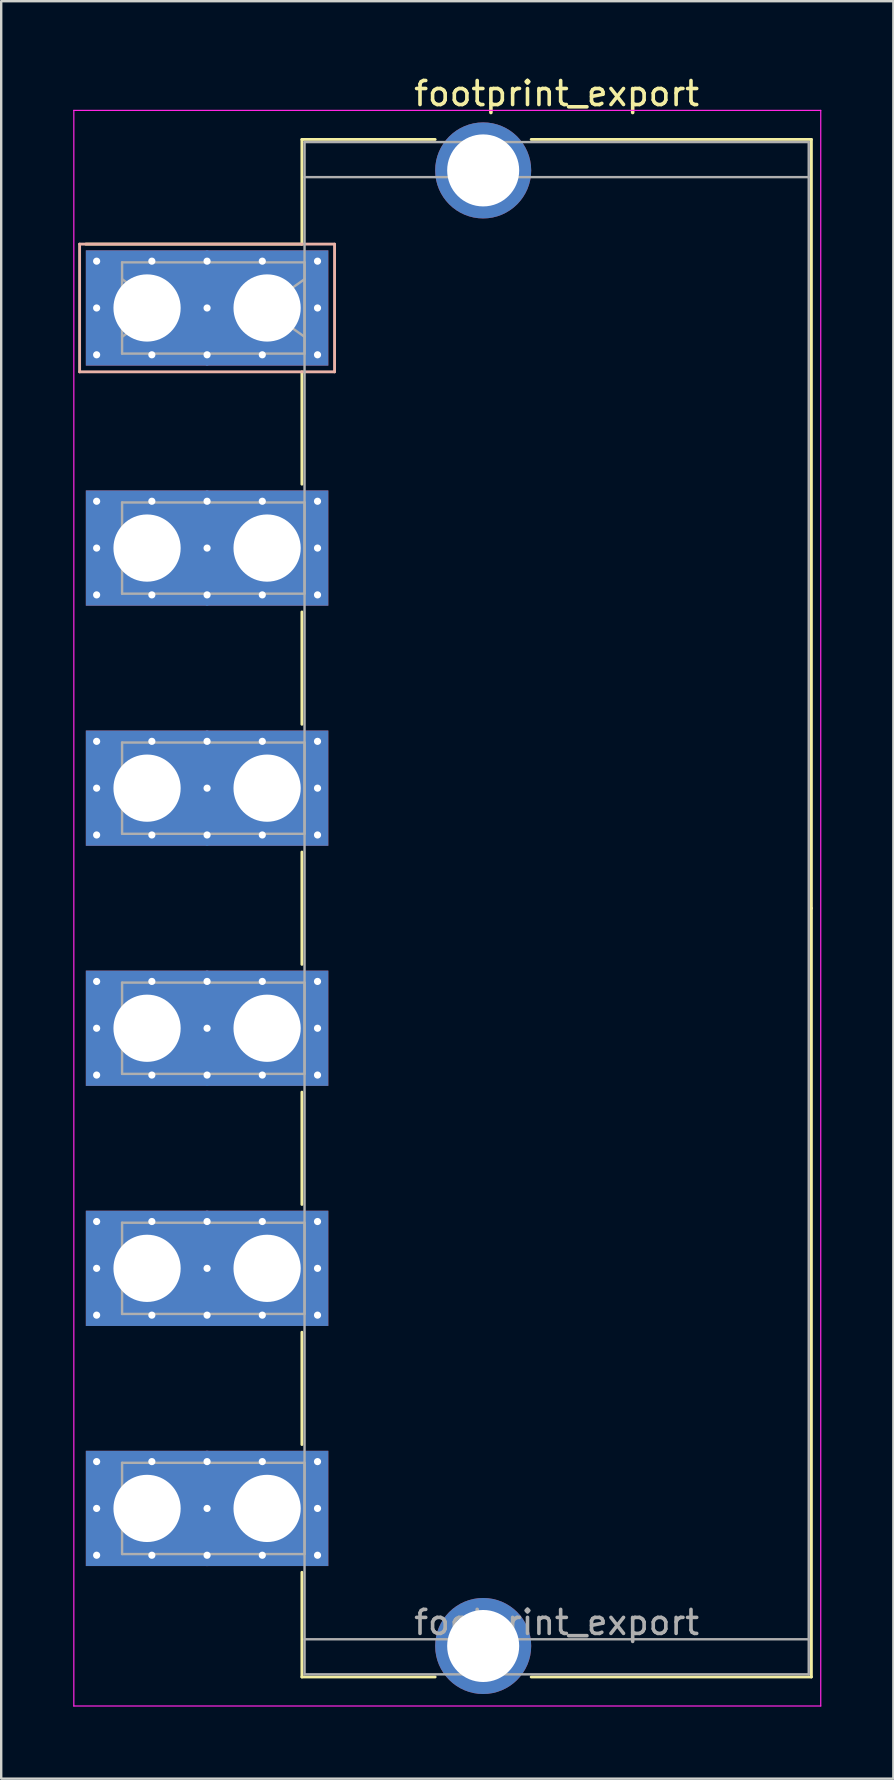
<source format=kicad_pcb>
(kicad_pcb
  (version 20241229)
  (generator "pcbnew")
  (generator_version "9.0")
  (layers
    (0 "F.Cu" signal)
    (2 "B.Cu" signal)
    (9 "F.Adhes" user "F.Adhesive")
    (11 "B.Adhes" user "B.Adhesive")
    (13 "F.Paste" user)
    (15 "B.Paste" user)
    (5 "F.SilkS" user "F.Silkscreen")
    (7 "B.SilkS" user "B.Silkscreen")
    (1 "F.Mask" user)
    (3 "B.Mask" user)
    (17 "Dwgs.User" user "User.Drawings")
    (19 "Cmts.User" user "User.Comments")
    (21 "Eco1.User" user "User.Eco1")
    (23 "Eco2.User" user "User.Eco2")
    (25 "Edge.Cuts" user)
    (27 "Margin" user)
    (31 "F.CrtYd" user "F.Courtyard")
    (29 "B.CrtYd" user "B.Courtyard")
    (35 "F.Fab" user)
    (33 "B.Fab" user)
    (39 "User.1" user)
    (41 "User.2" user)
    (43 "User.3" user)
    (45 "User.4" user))
  (footprint "footprint_export"
    (layer "F.Cu")
    (at 3.075 9.778)
    (property "Reference" "footprint_export" (at 17.06 -8.93 0) (layer "F.SilkS") (effects (font (size 1 1) (thickness 0.15))))
    (attr through_hole)
    (fp_line (start 6.45 -7.02) (end 12 -7.02) (stroke (width 0.12) (type solid)) (layer "F.SilkS"))
    (fp_line (start 6.45 -2.66) (end -2.55 -2.66) (stroke (width 0.12) (type solid)) (layer "F.SilkS"))
    (fp_line (start 6.45 -2.66) (end 6.45 -7.02) (stroke (width 0.12) (type solid)) (layer "F.SilkS"))
    (fp_line (start 6.45 2.66) (end 6.45 7.34) (stroke (width 0.12) (type solid)) (layer "F.SilkS"))
    (fp_line (start 6.45 12.66) (end 6.45 17.34) (stroke (width 0.12) (type solid)) (layer "F.SilkS"))
    (fp_line (start 6.45 22.66) (end 6.45 27.34) (stroke (width 0.12) (type solid)) (layer "F.SilkS"))
    (fp_line (start 6.45 32.66) (end 6.45 37.34) (stroke (width 0.12) (type solid)) (layer "F.SilkS"))
    (fp_line (start 6.45 42.66) (end 6.45 47.34) (stroke (width 0.12) (type solid)) (layer "F.SilkS"))
    (fp_line (start 6.45 52.66) (end 6.45 57.02) (stroke (width 0.12) (type solid)) (layer "F.SilkS"))
    (fp_line (start 6.45 57.02) (end 12 57.02) (stroke (width 0.12) (type solid)) (layer "F.SilkS"))
    (fp_line (start 16 -7.02) (end 27.67 -7.02) (stroke (width 0.12) (type solid)) (layer "F.SilkS"))
    (fp_line (start 16 57.02) (end 27.67 57.02) (stroke (width 0.12) (type solid)) (layer "F.SilkS"))
    (fp_line (start 27.67 -7.02) (end 27.67 25) (stroke (width 0.12) (type solid)) (layer "F.SilkS"))
    (fp_line (start 27.67 57.02) (end 27.67 25) (stroke (width 0.12) (type solid)) (layer "F.SilkS"))
    (fp_line (start -2.81 -2.66) (end -2.81 2.66) (stroke (width 0.12) (type solid)) (layer "B.SilkS"))
    (fp_line (start -2.81 2.66) (end 7.81 2.66) (stroke (width 0.12) (type solid)) (layer "B.SilkS"))
    (fp_line (start 7.81 -2.66) (end -2.81 -2.66) (stroke (width 0.12) (type solid)) (layer "B.SilkS"))
    (fp_line (start 7.81 2.66) (end 7.81 -2.66) (stroke (width 0.12) (type solid)) (layer "B.SilkS"))
    (fp_line (start -3.05 -8.23) (end -3.05 58.23) (stroke (width 0.05) (type solid)) (layer "F.CrtYd"))
    (fp_line (start -3.05 58.23) (end 28.06 58.23) (stroke (width 0.05) (type solid)) (layer "F.CrtYd"))
    (fp_line (start 28.06 -8.23) (end -3.05 -8.23) (stroke (width 0.05) (type solid)) (layer "F.CrtYd"))
    (fp_line (start 28.06 58.23) (end 28.06 -8.23) (stroke (width 0.05) (type solid)) (layer "F.CrtYd"))
    (fp_line (start -1.04 -1.9) (end 6.56 -1.9) (stroke (width 0.1) (type solid)) (layer "F.Fab"))
    (fp_line (start -1.04 -1.2) (end 0.657 0) (stroke (width 0.1) (type solid)) (layer "F.Fab"))
    (fp_line (start -1.04 1.9) (end -1.04 -1.9) (stroke (width 0.1) (type solid)) (layer "F.Fab"))
    (fp_line (start -1.04 8.1) (end 6.56 8.1) (stroke (width 0.1) (type solid)) (layer "F.Fab"))
    (fp_line (start -1.04 11.9) (end -1.04 8.1) (stroke (width 0.1) (type solid)) (layer "F.Fab"))
    (fp_line (start -1.04 18.1) (end 6.56 18.1) (stroke (width 0.1) (type solid)) (layer "F.Fab"))
    (fp_line (start -1.04 21.9) (end -1.04 18.1) (stroke (width 0.1) (type solid)) (layer "F.Fab"))
    (fp_line (start -1.04 28.1) (end 6.56 28.1) (stroke (width 0.1) (type solid)) (layer "F.Fab"))
    (fp_line (start -1.04 31.9) (end -1.04 28.1) (stroke (width 0.1) (type solid)) (layer "F.Fab"))
    (fp_line (start -1.04 38.1) (end 6.56 38.1) (stroke (width 0.1) (type solid)) (layer "F.Fab"))
    (fp_line (start -1.04 41.9) (end -1.04 38.1) (stroke (width 0.1) (type solid)) (layer "F.Fab"))
    (fp_line (start -1.04 48.1) (end 6.56 48.1) (stroke (width 0.1) (type solid)) (layer "F.Fab"))
    (fp_line (start -1.04 51.9) (end -1.04 48.1) (stroke (width 0.1) (type solid)) (layer "F.Fab"))
    (fp_line (start 0.657 0) (end -1.04 1.2) (stroke (width 0.1) (type solid)) (layer "F.Fab"))
    (fp_line (start 4.863 0) (end 6.56 1.2) (stroke (width 0.1) (type solid)) (layer "F.Fab"))
    (fp_line (start 6.56 -6.91) (end 6.56 56.91) (stroke (width 0.1) (type solid)) (layer "F.Fab"))
    (fp_line (start 6.56 -5.45) (end 27.56 -5.45) (stroke (width 0.1) (type solid)) (layer "F.Fab"))
    (fp_line (start 6.56 -1.9) (end 6.56 1.9) (stroke (width 0.1) (type solid)) (layer "F.Fab"))
    (fp_line (start 6.56 -1.2) (end 4.863 0) (stroke (width 0.1) (type solid)) (layer "F.Fab"))
    (fp_line (start 6.56 1.9) (end -1.04 1.9) (stroke (width 0.1) (type solid)) (layer "F.Fab"))
    (fp_line (start 6.56 8.1) (end 6.56 11.9) (stroke (width 0.1) (type solid)) (layer "F.Fab"))
    (fp_line (start 6.56 11.9) (end -1.04 11.9) (stroke (width 0.1) (type solid)) (layer "F.Fab"))
    (fp_line (start 6.56 18.1) (end 6.56 21.9) (stroke (width 0.1) (type solid)) (layer "F.Fab"))
    (fp_line (start 6.56 21.9) (end -1.04 21.9) (stroke (width 0.1) (type solid)) (layer "F.Fab"))
    (fp_line (start 6.56 28.1) (end 6.56 31.9) (stroke (width 0.1) (type solid)) (layer "F.Fab"))
    (fp_line (start 6.56 31.9) (end -1.04 31.9) (stroke (width 0.1) (type solid)) (layer "F.Fab"))
    (fp_line (start 6.56 38.1) (end 6.56 41.9) (stroke (width 0.1) (type solid)) (layer "F.Fab"))
    (fp_line (start 6.56 41.9) (end -1.04 41.9) (stroke (width 0.1) (type solid)) (layer "F.Fab"))
    (fp_line (start 6.56 48.1) (end 6.56 51.9) (stroke (width 0.1) (type solid)) (layer "F.Fab"))
    (fp_line (start 6.56 51.9) (end -1.04 51.9) (stroke (width 0.1) (type solid)) (layer "F.Fab"))
    (fp_line (start 6.56 55.45) (end 27.56 55.45) (stroke (width 0.1) (type solid)) (layer "F.Fab"))
    (fp_line (start 6.56 56.91) (end 27.56 56.91) (stroke (width 0.1) (type solid)) (layer "F.Fab"))
    (fp_line (start 27.56 -6.91) (end 6.56 -6.91) (stroke (width 0.1) (type solid)) (layer "F.Fab"))
    (fp_line (start 27.56 56.91) (end 27.56 -6.91) (stroke (width 0.1) (type solid)) (layer "F.Fab"))
    (fp_text user "${REFERENCE}" (at 17.06 54.75 0) (layer "F.Fab") (effects (font (size 1 1) (thickness 0.15))))
    (pad "" thru_hole circle (at 14 -5.73) (size 4 4) (drill 3) (layers "*.Cu" "*.Mask"))
    (pad "" thru_hole circle (at 14 55.73) (size 4 4) (drill 3) (layers "*.Cu" "*.Mask"))
    (pad "1" thru_hole roundrect (at -2.1 -1.95) (size 0.6 0.6) (drill 0.3) (layers "*.Cu" "*.Mask") (roundrect_rratio 0.25))
    (pad "1" thru_hole roundrect (at -2.1 0) (size 0.6 0.6) (drill 0.3) (layers "*.Cu" "*.Mask") (roundrect_rratio 0.25))
    (pad "1" thru_hole roundrect (at -2.1 1.95) (size 0.6 0.6) (drill 0.3) (layers "*.Cu" "*.Mask") (roundrect_rratio 0.25))
    (pad "1" thru_hole rect (at 0 0) (size 5.1 4.8) (drill 2.8) (layers "*.Cu" "*.Mask"))
    (pad "1" thru_hole roundrect (at 0.2 -1.95) (size 0.6 0.6) (drill 0.3) (layers "*.Cu" "*.Mask") (roundrect_rratio 0.25))
    (pad "1" thru_hole roundrect (at 0.2 1.95) (size 0.6 0.6) (drill 0.3) (layers "*.Cu" "*.Mask") (roundrect_rratio 0.25))
    (pad "1" thru_hole roundrect (at 2.5 -1.95) (size 0.6 0.6) (drill 0.3) (layers "*.Cu" "*.Mask") (roundrect_rratio 0.25))
    (pad "1" thru_hole roundrect (at 2.5 0) (size 0.6 0.6) (drill 0.3) (layers "*.Cu" "*.Mask") (roundrect_rratio 0.25))
    (pad "1" thru_hole roundrect (at 2.5 1.95) (size 0.6 0.6) (drill 0.3) (layers "*.Cu" "*.Mask") (roundrect_rratio 0.25))
    (pad "1" thru_hole roundrect (at 4.8 -1.95) (size 0.6 0.6) (drill 0.3) (layers "*.Cu" "*.Mask") (roundrect_rratio 0.25))
    (pad "1" thru_hole roundrect (at 4.8 1.95) (size 0.6 0.6) (drill 0.3) (layers "*.Cu" "*.Mask") (roundrect_rratio 0.25))
    (pad "1" thru_hole rect (at 5 0) (size 5.1 4.8) (drill 2.8) (layers "*.Cu" "*.Mask"))
    (pad "1" thru_hole roundrect (at 7.1 -1.95) (size 0.6 0.6) (drill 0.3) (layers "*.Cu" "*.Mask") (roundrect_rratio 0.25))
    (pad "1" thru_hole roundrect (at 7.1 0) (size 0.6 0.6) (drill 0.3) (layers "*.Cu" "*.Mask") (roundrect_rratio 0.25))
    (pad "1" thru_hole roundrect (at 7.1 1.95) (size 0.6 0.6) (drill 0.3) (layers "*.Cu" "*.Mask") (roundrect_rratio 0.25))
    (pad "2" thru_hole circle (at -2.1 8.05) (size 0.6 0.6) (drill 0.3) (layers "*.Cu" "*.Mask"))
    (pad "2" thru_hole circle (at -2.1 10) (size 0.6 0.6) (drill 0.3) (layers "*.Cu" "*.Mask"))
    (pad "2" thru_hole circle (at -2.1 11.95) (size 0.6 0.6) (drill 0.3) (layers "*.Cu" "*.Mask"))
    (pad "2" thru_hole rect (at 0 10) (size 5.1 4.8) (drill 2.8) (layers "*.Cu" "*.Mask"))
    (pad "2" thru_hole circle (at 0.2 8.05) (size 0.6 0.6) (drill 0.3) (layers "*.Cu" "*.Mask"))
    (pad "2" thru_hole circle (at 0.2 11.95) (size 0.6 0.6) (drill 0.3) (layers "*.Cu" "*.Mask"))
    (pad "2" thru_hole circle (at 2.5 8.05) (size 0.6 0.6) (drill 0.3) (layers "*.Cu" "*.Mask"))
    (pad "2" thru_hole circle (at 2.5 10) (size 0.6 0.6) (drill 0.3) (layers "*.Cu" "*.Mask"))
    (pad "2" thru_hole circle (at 2.5 11.95) (size 0.6 0.6) (drill 0.3) (layers "*.Cu" "*.Mask"))
    (pad "2" thru_hole circle (at 4.8 8.05) (size 0.6 0.6) (drill 0.3) (layers "*.Cu" "*.Mask"))
    (pad "2" thru_hole circle (at 4.8 11.95) (size 0.6 0.6) (drill 0.3) (layers "*.Cu" "*.Mask"))
    (pad "2" thru_hole rect (at 5 10) (size 5.1 4.8) (drill 2.8) (layers "*.Cu" "*.Mask"))
    (pad "2" thru_hole circle (at 7.1 8.05) (size 0.6 0.6) (drill 0.3) (layers "*.Cu" "*.Mask"))
    (pad "2" thru_hole circle (at 7.1 10) (size 0.6 0.6) (drill 0.3) (layers "*.Cu" "*.Mask"))
    (pad "2" thru_hole circle (at 7.1 11.95) (size 0.6 0.6) (drill 0.3) (layers "*.Cu" "*.Mask"))
    (pad "3" thru_hole circle (at -2.1 18.05) (size 0.6 0.6) (drill 0.3) (layers "*.Cu" "*.Mask"))
    (pad "3" thru_hole circle (at -2.1 20) (size 0.6 0.6) (drill 0.3) (layers "*.Cu" "*.Mask"))
    (pad "3" thru_hole circle (at -2.1 21.95) (size 0.6 0.6) (drill 0.3) (layers "*.Cu" "*.Mask"))
    (pad "3" thru_hole rect (at 0 20) (size 5.1 4.8) (drill 2.8) (layers "*.Cu" "*.Mask"))
    (pad "3" thru_hole circle (at 0.2 18.05) (size 0.6 0.6) (drill 0.3) (layers "*.Cu" "*.Mask"))
    (pad "3" thru_hole circle (at 0.2 21.95) (size 0.6 0.6) (drill 0.3) (layers "*.Cu" "*.Mask"))
    (pad "3" thru_hole circle (at 2.5 18.05) (size 0.6 0.6) (drill 0.3) (layers "*.Cu" "*.Mask"))
    (pad "3" thru_hole circle (at 2.5 20) (size 0.6 0.6) (drill 0.3) (layers "*.Cu" "*.Mask"))
    (pad "3" thru_hole circle (at 2.5 21.95) (size 0.6 0.6) (drill 0.3) (layers "*.Cu" "*.Mask"))
    (pad "3" thru_hole circle (at 4.8 18.05) (size 0.6 0.6) (drill 0.3) (layers "*.Cu" "*.Mask"))
    (pad "3" thru_hole circle (at 4.8 21.95) (size 0.6 0.6) (drill 0.3) (layers "*.Cu" "*.Mask"))
    (pad "3" thru_hole rect (at 5 20) (size 5.1 4.8) (drill 2.8) (layers "*.Cu" "*.Mask"))
    (pad "3" thru_hole circle (at 7.1 18.05) (size 0.6 0.6) (drill 0.3) (layers "*.Cu" "*.Mask"))
    (pad "3" thru_hole circle (at 7.1 20) (size 0.6 0.6) (drill 0.3) (layers "*.Cu" "*.Mask"))
    (pad "3" thru_hole circle (at 7.1 21.95) (size 0.6 0.6) (drill 0.3) (layers "*.Cu" "*.Mask"))
    (pad "4" thru_hole circle (at -2.1 28.05) (size 0.6 0.6) (drill 0.3) (layers "*.Cu" "*.Mask"))
    (pad "4" thru_hole circle (at -2.1 30) (size 0.6 0.6) (drill 0.3) (layers "*.Cu" "*.Mask"))
    (pad "4" thru_hole circle (at -2.1 31.95) (size 0.6 0.6) (drill 0.3) (layers "*.Cu" "*.Mask"))
    (pad "4" thru_hole rect (at 0 30) (size 5.1 4.8) (drill 2.8) (layers "*.Cu" "*.Mask"))
    (pad "4" thru_hole circle (at 0.2 28.05) (size 0.6 0.6) (drill 0.3) (layers "*.Cu" "*.Mask"))
    (pad "4" thru_hole circle (at 0.2 31.95) (size 0.6 0.6) (drill 0.3) (layers "*.Cu" "*.Mask"))
    (pad "4" thru_hole circle (at 2.5 28.05) (size 0.6 0.6) (drill 0.3) (layers "*.Cu" "*.Mask"))
    (pad "4" thru_hole circle (at 2.5 30) (size 0.6 0.6) (drill 0.3) (layers "*.Cu" "*.Mask"))
    (pad "4" thru_hole circle (at 2.5 31.95) (size 0.6 0.6) (drill 0.3) (layers "*.Cu" "*.Mask"))
    (pad "4" thru_hole circle (at 4.8 28.05) (size 0.6 0.6) (drill 0.3) (layers "*.Cu" "*.Mask"))
    (pad "4" thru_hole circle (at 4.8 31.95) (size 0.6 0.6) (drill 0.3) (layers "*.Cu" "*.Mask"))
    (pad "4" thru_hole rect (at 5 30) (size 5.1 4.8) (drill 2.8) (layers "*.Cu" "*.Mask"))
    (pad "4" thru_hole circle (at 7.1 28.05) (size 0.6 0.6) (drill 0.3) (layers "*.Cu" "*.Mask"))
    (pad "4" thru_hole circle (at 7.1 30) (size 0.6 0.6) (drill 0.3) (layers "*.Cu" "*.Mask"))
    (pad "4" thru_hole circle (at 7.1 31.95) (size 0.6 0.6) (drill 0.3) (layers "*.Cu" "*.Mask"))
    (pad "5" thru_hole circle (at -2.1 38.05) (size 0.6 0.6) (drill 0.3) (layers "*.Cu" "*.Mask"))
    (pad "5" thru_hole circle (at -2.1 40) (size 0.6 0.6) (drill 0.3) (layers "*.Cu" "*.Mask"))
    (pad "5" thru_hole circle (at -2.1 41.95) (size 0.6 0.6) (drill 0.3) (layers "*.Cu" "*.Mask"))
    (pad "5" thru_hole rect (at 0 40) (size 5.1 4.8) (drill 2.8) (layers "*.Cu" "*.Mask"))
    (pad "5" thru_hole circle (at 0.2 38.05) (size 0.6 0.6) (drill 0.3) (layers "*.Cu" "*.Mask"))
    (pad "5" thru_hole circle (at 0.2 41.95) (size 0.6 0.6) (drill 0.3) (layers "*.Cu" "*.Mask"))
    (pad "5" thru_hole circle (at 2.5 38.05) (size 0.6 0.6) (drill 0.3) (layers "*.Cu" "*.Mask"))
    (pad "5" thru_hole circle (at 2.5 40) (size 0.6 0.6) (drill 0.3) (layers "*.Cu" "*.Mask"))
    (pad "5" thru_hole circle (at 2.5 41.95) (size 0.6 0.6) (drill 0.3) (layers "*.Cu" "*.Mask"))
    (pad "5" thru_hole circle (at 4.8 38.05) (size 0.6 0.6) (drill 0.3) (layers "*.Cu" "*.Mask"))
    (pad "5" thru_hole circle (at 4.8 41.95) (size 0.6 0.6) (drill 0.3) (layers "*.Cu" "*.Mask"))
    (pad "5" thru_hole rect (at 5 40) (size 5.1 4.8) (drill 2.8) (layers "*.Cu" "*.Mask"))
    (pad "5" thru_hole circle (at 7.1 38.05) (size 0.6 0.6) (drill 0.3) (layers "*.Cu" "*.Mask"))
    (pad "5" thru_hole circle (at 7.1 40) (size 0.6 0.6) (drill 0.3) (layers "*.Cu" "*.Mask"))
    (pad "5" thru_hole circle (at 7.1 41.95) (size 0.6 0.6) (drill 0.3) (layers "*.Cu" "*.Mask"))
    (pad "6" thru_hole circle (at -2.1 48.05) (size 0.6 0.6) (drill 0.3) (layers "*.Cu" "*.Mask"))
    (pad "6" thru_hole circle (at -2.1 50) (size 0.6 0.6) (drill 0.3) (layers "*.Cu" "*.Mask"))
    (pad "6" thru_hole circle (at -2.1 51.95) (size 0.6 0.6) (drill 0.3) (layers "*.Cu" "*.Mask"))
    (pad "6" thru_hole rect (at 0 50) (size 5.1 4.8) (drill 2.8) (layers "*.Cu" "*.Mask"))
    (pad "6" thru_hole circle (at 0.2 48.05) (size 0.6 0.6) (drill 0.3) (layers "*.Cu" "*.Mask"))
    (pad "6" thru_hole circle (at 0.2 51.95) (size 0.6 0.6) (drill 0.3) (layers "*.Cu" "*.Mask"))
    (pad "6" thru_hole circle (at 2.5 48.05) (size 0.6 0.6) (drill 0.3) (layers "*.Cu" "*.Mask"))
    (pad "6" thru_hole circle (at 2.5 50) (size 0.6 0.6) (drill 0.3) (layers "*.Cu" "*.Mask"))
    (pad "6" thru_hole circle (at 2.5 51.95) (size 0.6 0.6) (drill 0.3) (layers "*.Cu" "*.Mask"))
    (pad "6" thru_hole circle (at 4.8 48.05) (size 0.6 0.6) (drill 0.3) (layers "*.Cu" "*.Mask"))
    (pad "6" thru_hole circle (at 4.8 51.95) (size 0.6 0.6) (drill 0.3) (layers "*.Cu" "*.Mask"))
    (pad "6" thru_hole rect (at 5 50) (size 5.1 4.8) (drill 2.8) (layers "*.Cu" "*.Mask"))
    (pad "6" thru_hole circle (at 7.1 48.05) (size 0.6 0.6) (drill 0.3) (layers "*.Cu" "*.Mask"))
    (pad "6" thru_hole circle (at 7.1 50) (size 0.6 0.6) (drill 0.3) (layers "*.Cu" "*.Mask"))
    (pad "6" thru_hole circle (at 7.1 51.95) (size 0.6 0.6) (drill 0.3) (layers "*.Cu" "*.Mask")))
  (gr_rect
    (start -3 -3)
    (end 34.16 71.033)
    (stroke (width 0.1) (type default))
    (fill no)
    (layer "Edge.Cuts")))
</source>
